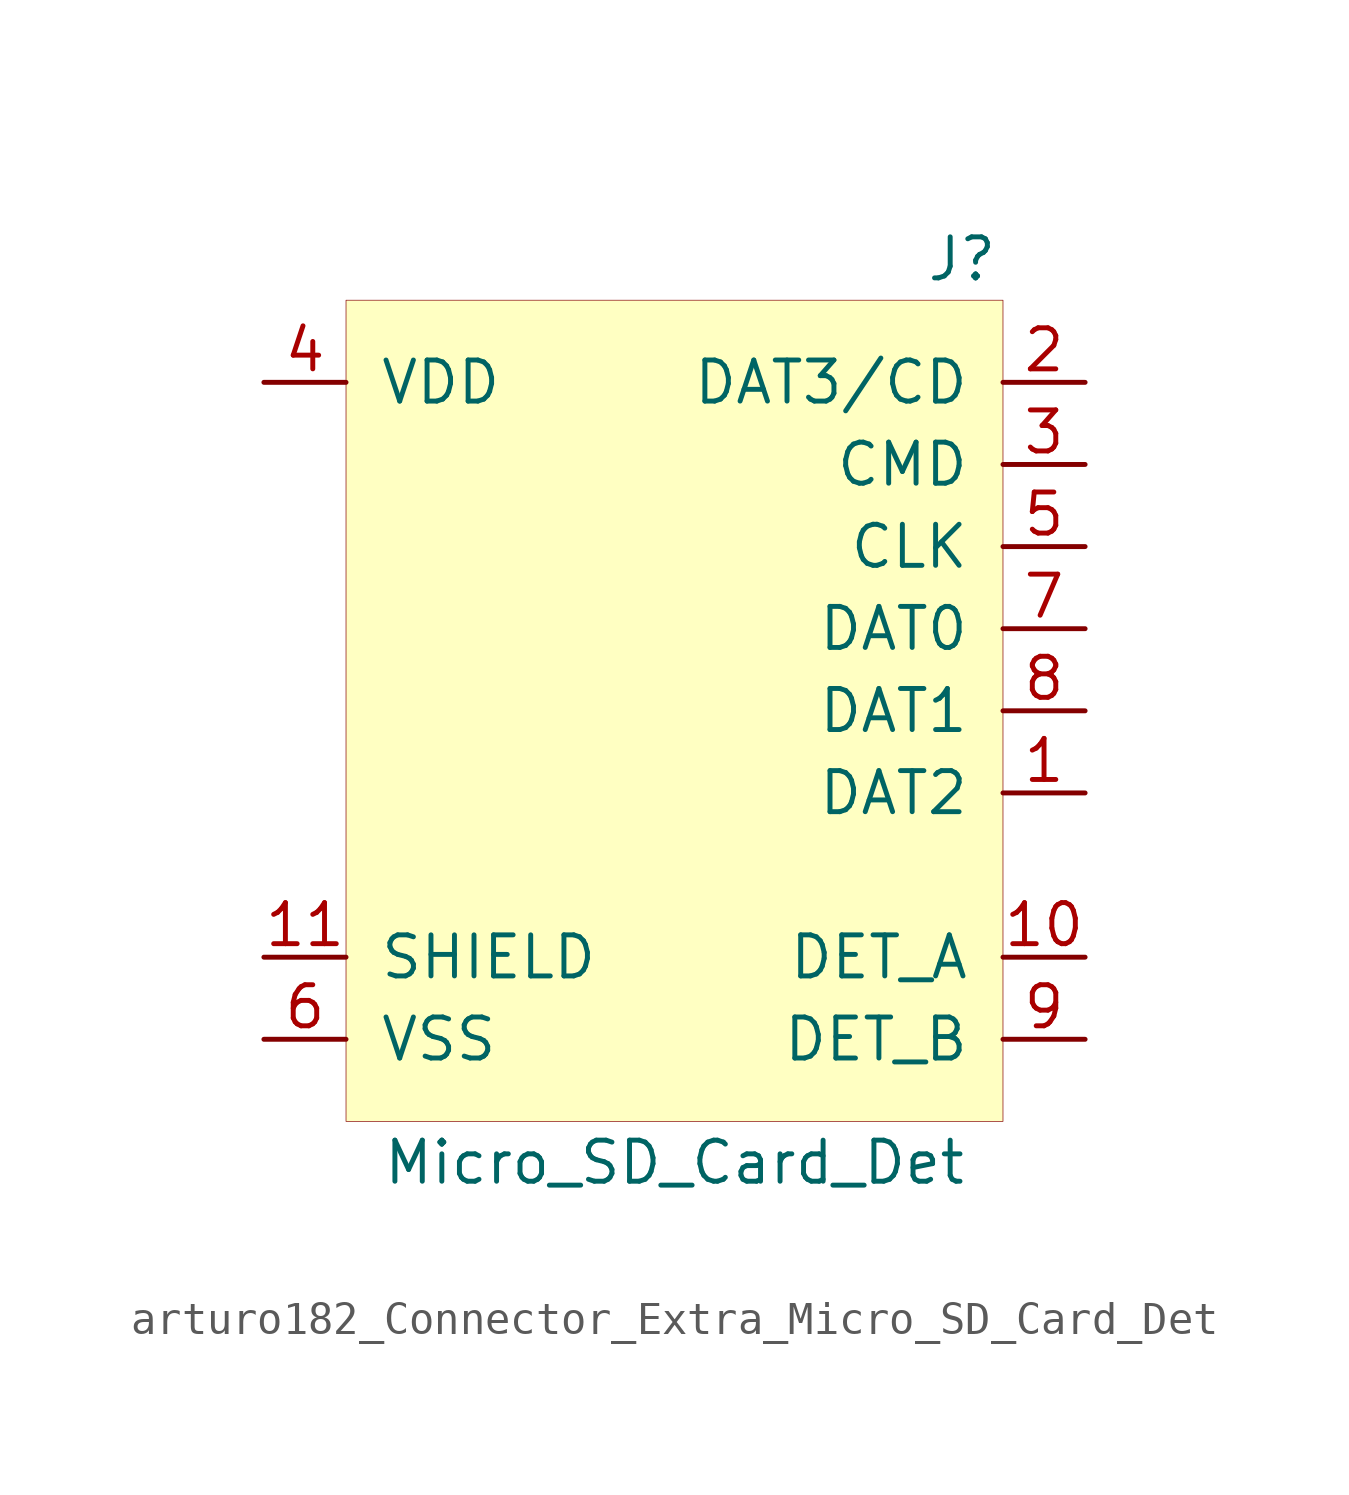
<source format=kicad_sym>
(kicad_symbol_lib
  (version 20220914)
  (generator kicad_symbol_editor)
  (symbol "Connector_Extra:arturo182_Connector_Extra_Micro_SD_Card_Det"
    (pin_names
      (offset 1.016))
    (property "Reference" "J"
      (at 8.89 13.97 0)
      (effects (font (size 1.27 1.27))))
    (property "Value" "Micro_SD_Card_Det"
      (at 0 -13.97 0)
      (effects (font (size 1.27 1.27))))
    (symbol "arturo182_Connector_Extra_Micro_SD_Card_Det_0_1"
      (rectangle (start -10.16 12.7) (end 10.16 -12.7) (stroke (width 0.001)) (fill (type background))))
    (symbol "arturo182_Connector_Extra_Micro_SD_Card_Det_1_1"
      (pin bidirectional line (at 12.7 -2.54 180) (length 2.54) (name "DAT2" (effects (font (size 1.27 1.27)))) (number "1" (effects (font (size 1.27 1.27)))))
      (pin passive line (at 12.7 -7.62 180) (length 2.54) (name "DET_A" (effects (font (size 1.27 1.27)))) (number "10" (effects (font (size 1.27 1.27)))))
      (pin passive line (at -12.7 -7.62 0) (length 2.54) (name "SHIELD" (effects (font (size 1.27 1.27)))) (number "11" (effects (font (size 1.27 1.27)))))
      (pin bidirectional line (at 12.7 10.16 180) (length 2.54) (name "DAT3/CD" (effects (font (size 1.27 1.27)))) (number "2" (effects (font (size 1.27 1.27)))))
      (pin input line (at 12.7 7.62 180) (length 2.54) (name "CMD" (effects (font (size 1.27 1.27)))) (number "3" (effects (font (size 1.27 1.27)))))
      (pin power_in line (at -12.7 10.16 0) (length 2.54) (name "VDD" (effects (font (size 1.27 1.27)))) (number "4" (effects (font (size 1.27 1.27)))))
      (pin input line (at 12.7 5.08 180) (length 2.54) (name "CLK" (effects (font (size 1.27 1.27)))) (number "5" (effects (font (size 1.27 1.27)))))
      (pin power_in line (at -12.7 -10.16 0) (length 2.54) (name "VSS" (effects (font (size 1.27 1.27)))) (number "6" (effects (font (size 1.27 1.27)))))
      (pin bidirectional line (at 12.7 2.54 180) (length 2.54) (name "DAT0" (effects (font (size 1.27 1.27)))) (number "7" (effects (font (size 1.27 1.27)))))
      (pin bidirectional line (at 12.7 0 180) (length 2.54) (name "DAT1" (effects (font (size 1.27 1.27)))) (number "8" (effects (font (size 1.27 1.27)))))
      (pin passive line (at 12.7 -10.16 180) (length 2.54) (name "DET_B" (effects (font (size 1.27 1.27)))) (number "9" (effects (font (size 1.27 1.27))))))))
</source>
